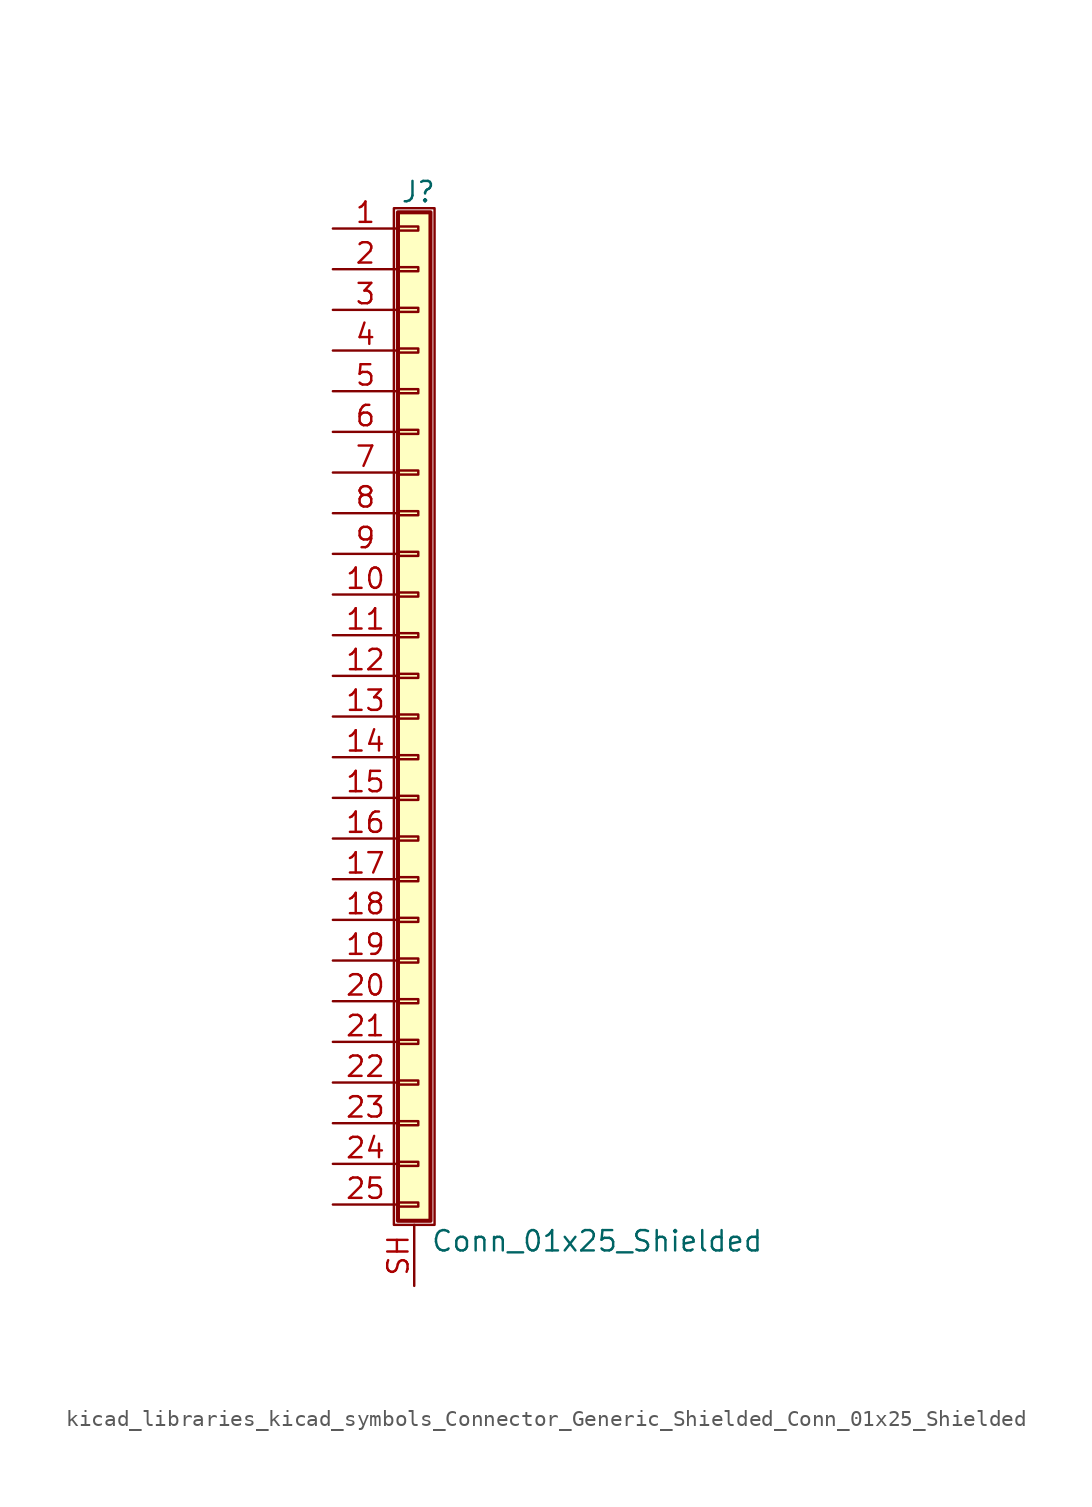
<source format=kicad_sym>
(kicad_symbol_lib
  (version 20220914)
  (generator kicad_symbol_editor)
  (symbol "kicad_libraries_kicad_symbols_Connector_Generic_Shielded_Conn_01x25_Shielded"
    (pin_names
      (offset 1.016) hide)
    (property "Reference" "J"
      (at 0.254 32.766 0)
      (effects (font (size 1.27 1.27))))
    (property "Value" "Conn_01x25_Shielded"
      (at 1.016 -32.766 0)
      (effects (font (size 1.27 1.27)) (justify left)))
    (symbol "kicad_libraries_kicad_symbols_Connector_Generic_Shielded_Conn_01x25_Shielded_1_1"
      (rectangle (start -1.27 31.75) (end 1.27 -31.75) (stroke (width 0.152) (type default)) (fill (type none)))
      (rectangle (start -1.016 -30.353) (end 0.254 -30.607) (stroke (width 0.152) (type default)) (fill (type none)))
      (rectangle (start -1.016 -27.813) (end 0.254 -28.067) (stroke (width 0.152) (type default)) (fill (type none)))
      (rectangle (start -1.016 -25.273) (end 0.254 -25.527) (stroke (width 0.152) (type default)) (fill (type none)))
      (rectangle (start -1.016 -22.733) (end 0.254 -22.987) (stroke (width 0.152) (type default)) (fill (type none)))
      (rectangle (start -1.016 -20.193) (end 0.254 -20.447) (stroke (width 0.152) (type default)) (fill (type none)))
      (rectangle (start -1.016 -17.653) (end 0.254 -17.907) (stroke (width 0.152) (type default)) (fill (type none)))
      (rectangle (start -1.016 -15.113) (end 0.254 -15.367) (stroke (width 0.152) (type default)) (fill (type none)))
      (rectangle (start -1.016 -12.573) (end 0.254 -12.827) (stroke (width 0.152) (type default)) (fill (type none)))
      (rectangle (start -1.016 -10.033) (end 0.254 -10.287) (stroke (width 0.152) (type default)) (fill (type none)))
      (rectangle (start -1.016 -7.493) (end 0.254 -7.747) (stroke (width 0.152) (type default)) (fill (type none)))
      (rectangle (start -1.016 -4.953) (end 0.254 -5.207) (stroke (width 0.152) (type default)) (fill (type none)))
      (rectangle (start -1.016 -2.413) (end 0.254 -2.667) (stroke (width 0.152) (type default)) (fill (type none)))
      (rectangle (start -1.016 0.127) (end 0.254 -0.127) (stroke (width 0.152) (type default)) (fill (type none)))
      (rectangle (start -1.016 2.667) (end 0.254 2.413) (stroke (width 0.152) (type default)) (fill (type none)))
      (rectangle (start -1.016 5.207) (end 0.254 4.953) (stroke (width 0.152) (type default)) (fill (type none)))
      (rectangle (start -1.016 7.747) (end 0.254 7.493) (stroke (width 0.152) (type default)) (fill (type none)))
      (rectangle (start -1.016 10.287) (end 0.254 10.033) (stroke (width 0.152) (type default)) (fill (type none)))
      (rectangle (start -1.016 12.827) (end 0.254 12.573) (stroke (width 0.152) (type default)) (fill (type none)))
      (rectangle (start -1.016 15.367) (end 0.254 15.113) (stroke (width 0.152) (type default)) (fill (type none)))
      (rectangle (start -1.016 17.907) (end 0.254 17.653) (stroke (width 0.152) (type default)) (fill (type none)))
      (rectangle (start -1.016 20.447) (end 0.254 20.193) (stroke (width 0.152) (type default)) (fill (type none)))
      (rectangle (start -1.016 22.987) (end 0.254 22.733) (stroke (width 0.152) (type default)) (fill (type none)))
      (rectangle (start -1.016 25.527) (end 0.254 25.273) (stroke (width 0.152) (type default)) (fill (type none)))
      (rectangle (start -1.016 28.067) (end 0.254 27.813) (stroke (width 0.152) (type default)) (fill (type none)))
      (rectangle (start -1.016 30.607) (end 0.254 30.353) (stroke (width 0.152) (type default)) (fill (type none)))
      (rectangle (start -1.016 31.496) (end 1.016 -31.496) (stroke (width 0.254) (type default)) (fill (type background)))
      (pin passive line (at -5.08 30.48 0) (length 4.064) (name "Pin_1" (effects (font (size 1.27 1.27)))) (number "1" (effects (font (size 1.27 1.27)))))
      (pin passive line (at -5.08 7.62 0) (length 4.064) (name "Pin_10" (effects (font (size 1.27 1.27)))) (number "10" (effects (font (size 1.27 1.27)))))
      (pin passive line (at -5.08 5.08 0) (length 4.064) (name "Pin_11" (effects (font (size 1.27 1.27)))) (number "11" (effects (font (size 1.27 1.27)))))
      (pin passive line (at -5.08 2.54 0) (length 4.064) (name "Pin_12" (effects (font (size 1.27 1.27)))) (number "12" (effects (font (size 1.27 1.27)))))
      (pin passive line (at -5.08 0 0) (length 4.064) (name "Pin_13" (effects (font (size 1.27 1.27)))) (number "13" (effects (font (size 1.27 1.27)))))
      (pin passive line (at -5.08 -2.54 0) (length 4.064) (name "Pin_14" (effects (font (size 1.27 1.27)))) (number "14" (effects (font (size 1.27 1.27)))))
      (pin passive line (at -5.08 -5.08 0) (length 4.064) (name "Pin_15" (effects (font (size 1.27 1.27)))) (number "15" (effects (font (size 1.27 1.27)))))
      (pin passive line (at -5.08 -7.62 0) (length 4.064) (name "Pin_16" (effects (font (size 1.27 1.27)))) (number "16" (effects (font (size 1.27 1.27)))))
      (pin passive line (at -5.08 -10.16 0) (length 4.064) (name "Pin_17" (effects (font (size 1.27 1.27)))) (number "17" (effects (font (size 1.27 1.27)))))
      (pin passive line (at -5.08 -12.7 0) (length 4.064) (name "Pin_18" (effects (font (size 1.27 1.27)))) (number "18" (effects (font (size 1.27 1.27)))))
      (pin passive line (at -5.08 -15.24 0) (length 4.064) (name "Pin_19" (effects (font (size 1.27 1.27)))) (number "19" (effects (font (size 1.27 1.27)))))
      (pin passive line (at -5.08 27.94 0) (length 4.064) (name "Pin_2" (effects (font (size 1.27 1.27)))) (number "2" (effects (font (size 1.27 1.27)))))
      (pin passive line (at -5.08 -17.78 0) (length 4.064) (name "Pin_20" (effects (font (size 1.27 1.27)))) (number "20" (effects (font (size 1.27 1.27)))))
      (pin passive line (at -5.08 -20.32 0) (length 4.064) (name "Pin_21" (effects (font (size 1.27 1.27)))) (number "21" (effects (font (size 1.27 1.27)))))
      (pin passive line (at -5.08 -22.86 0) (length 4.064) (name "Pin_22" (effects (font (size 1.27 1.27)))) (number "22" (effects (font (size 1.27 1.27)))))
      (pin passive line (at -5.08 -25.4 0) (length 4.064) (name "Pin_23" (effects (font (size 1.27 1.27)))) (number "23" (effects (font (size 1.27 1.27)))))
      (pin passive line (at -5.08 -27.94 0) (length 4.064) (name "Pin_24" (effects (font (size 1.27 1.27)))) (number "24" (effects (font (size 1.27 1.27)))))
      (pin passive line (at -5.08 -30.48 0) (length 4.064) (name "Pin_25" (effects (font (size 1.27 1.27)))) (number "25" (effects (font (size 1.27 1.27)))))
      (pin passive line (at -5.08 25.4 0) (length 4.064) (name "Pin_3" (effects (font (size 1.27 1.27)))) (number "3" (effects (font (size 1.27 1.27)))))
      (pin passive line (at -5.08 22.86 0) (length 4.064) (name "Pin_4" (effects (font (size 1.27 1.27)))) (number "4" (effects (font (size 1.27 1.27)))))
      (pin passive line (at -5.08 20.32 0) (length 4.064) (name "Pin_5" (effects (font (size 1.27 1.27)))) (number "5" (effects (font (size 1.27 1.27)))))
      (pin passive line (at -5.08 17.78 0) (length 4.064) (name "Pin_6" (effects (font (size 1.27 1.27)))) (number "6" (effects (font (size 1.27 1.27)))))
      (pin passive line (at -5.08 15.24 0) (length 4.064) (name "Pin_7" (effects (font (size 1.27 1.27)))) (number "7" (effects (font (size 1.27 1.27)))))
      (pin passive line (at -5.08 12.7 0) (length 4.064) (name "Pin_8" (effects (font (size 1.27 1.27)))) (number "8" (effects (font (size 1.27 1.27)))))
      (pin passive line (at -5.08 10.16 0) (length 4.064) (name "Pin_9" (effects (font (size 1.27 1.27)))) (number "9" (effects (font (size 1.27 1.27)))))
      (pin passive line (at 0 -35.56 90) (length 3.81) (name "Shield" (effects (font (size 1.27 1.27)))) (number "SH" (effects (font (size 1.27 1.27))))))))
</source>
